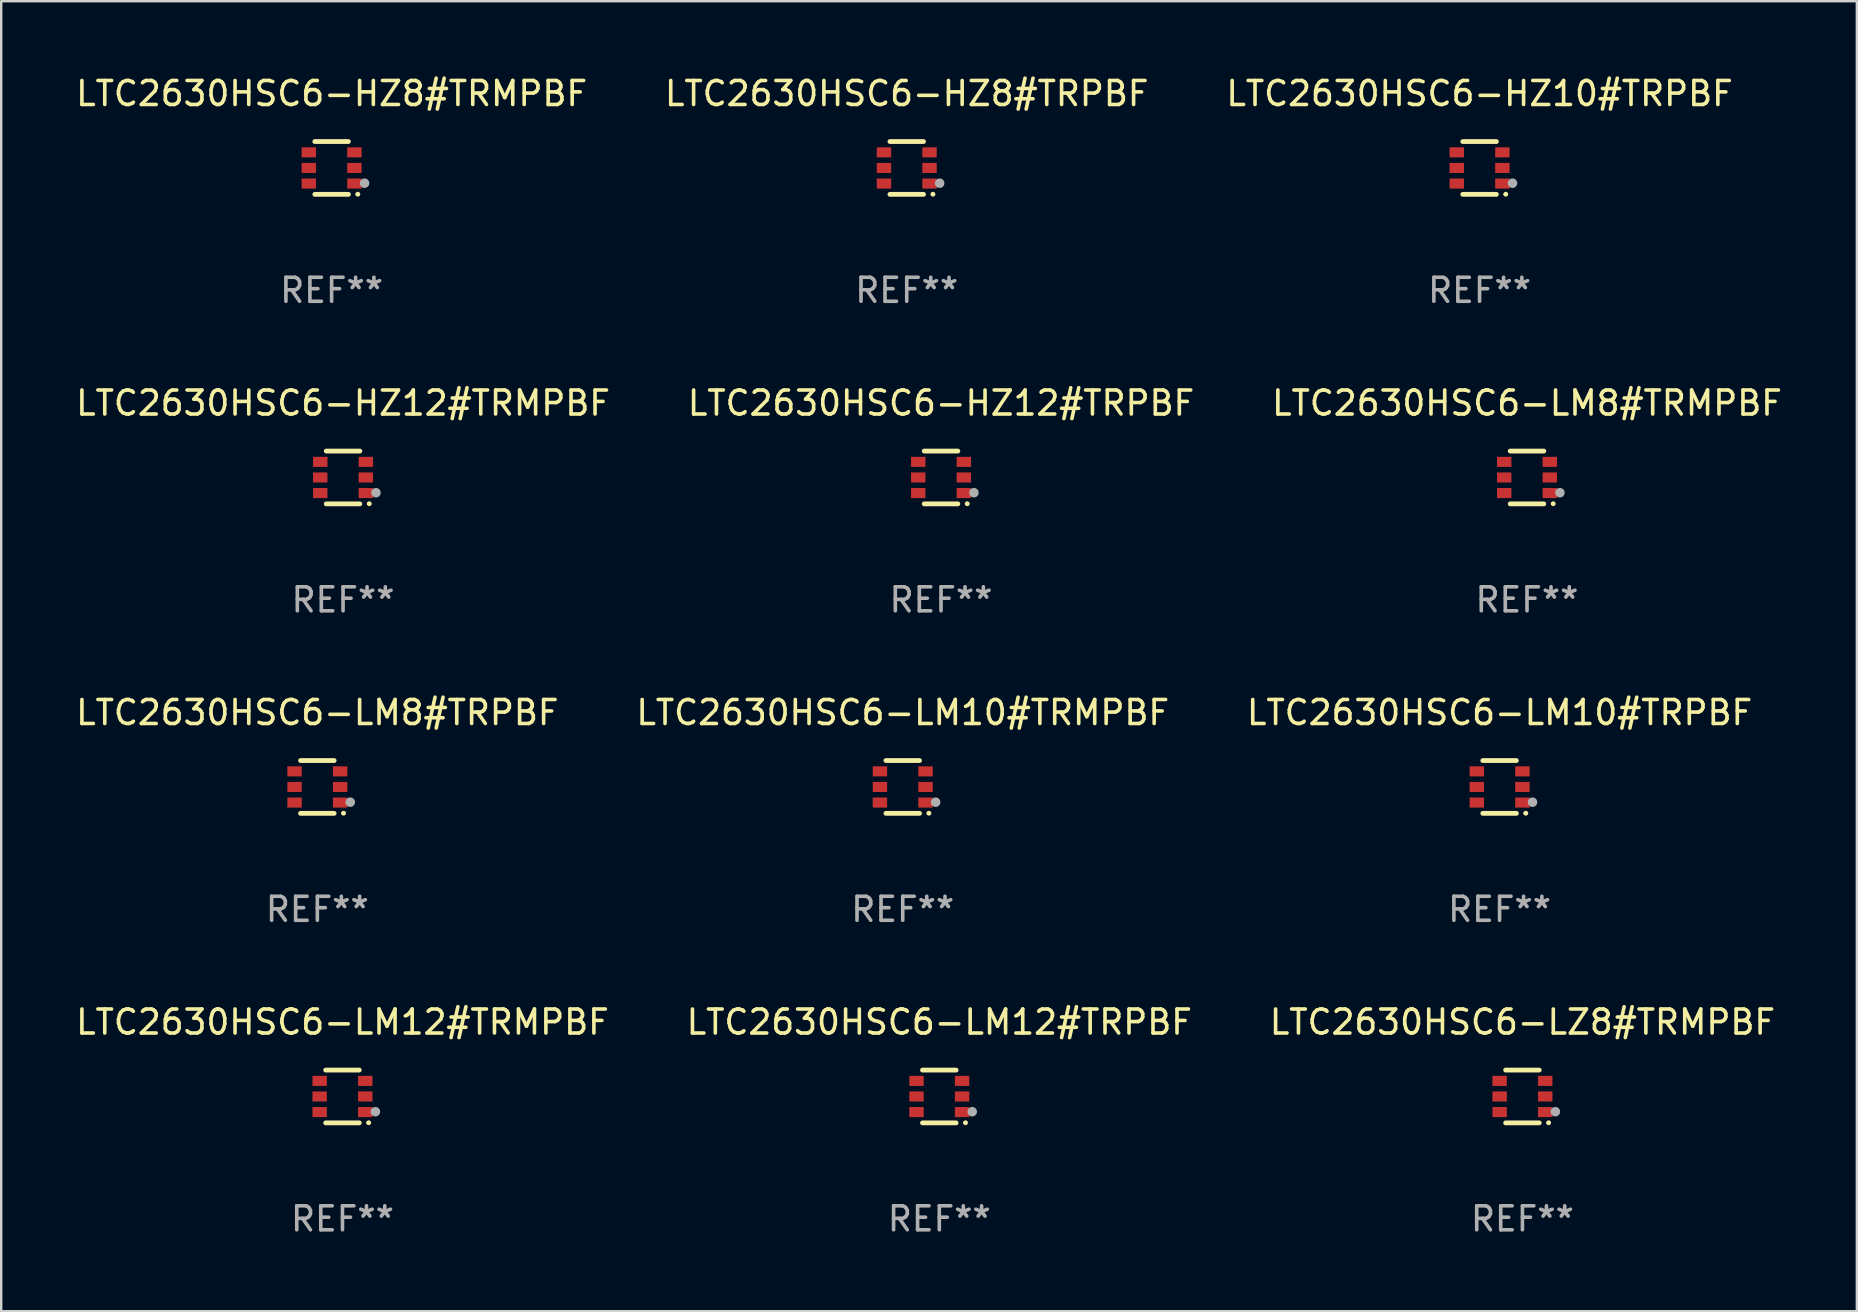
<source format=kicad_pcb>
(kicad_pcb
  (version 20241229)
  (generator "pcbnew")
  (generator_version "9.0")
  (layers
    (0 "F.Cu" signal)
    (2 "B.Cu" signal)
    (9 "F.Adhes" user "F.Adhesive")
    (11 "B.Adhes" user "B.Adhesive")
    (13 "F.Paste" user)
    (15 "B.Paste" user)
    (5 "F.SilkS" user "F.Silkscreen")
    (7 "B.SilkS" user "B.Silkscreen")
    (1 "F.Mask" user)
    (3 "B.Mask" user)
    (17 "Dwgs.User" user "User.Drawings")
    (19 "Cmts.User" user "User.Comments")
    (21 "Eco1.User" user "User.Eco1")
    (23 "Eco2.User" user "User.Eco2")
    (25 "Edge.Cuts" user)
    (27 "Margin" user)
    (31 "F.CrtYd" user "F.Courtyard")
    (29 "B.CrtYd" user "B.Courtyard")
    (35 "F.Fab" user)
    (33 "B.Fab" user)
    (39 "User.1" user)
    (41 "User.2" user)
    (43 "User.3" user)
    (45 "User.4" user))
  (footprint "LTC2630HSC6-LM10#TRMPBF"
    (layer "F.Cu")
    (at 34.565 29.741)
    (property "Reference" "LTC2630HSC6-LM10#TRMPBF" (at 0 -3.1 0) (layer "F.SilkS") (effects (font (size 1 1) (thickness 0.15))))
    (attr through_hole)
    (fp_line (start -0.7 -1.1) (end 0.7 -1.1) (stroke (width 0.2) (type solid)) (layer "F.SilkS"))
    (fp_line (start -0.7 1.1) (end 0.7 1.1) (stroke (width 0.2) (type solid)) (layer "F.SilkS"))
    (fp_arc (start 1.090932 1.094209) (mid 1.092202 1.094203) (end 1.093472 1.094209) (stroke (width 0.2) (type solid)) (layer "F.SilkS"))
    (fp_circle (center 1.053 1.1) (end 1.083 1.1) (stroke (width 0.06) (type solid)) (fill no) (layer "F.SilkS"))
    (fp_circle (center 1.372 0.635) (end 1.472 0.635) (stroke (width 0.2) (type solid)) (fill no) (layer "F.Fab"))
    (fp_text user "REF**" (at 0 5.1 0) (layer "F.Fab") (effects (font (size 1 1) (thickness 0.15))))
    (pad "1" smd rect (at 0.95 0.65 90) (size 0.42 0.6) (layers "F.Cu" "F.Mask" "F.Paste"))
    (pad "2" smd rect (at 0.95 0 90) (size 0.42 0.6) (layers "F.Cu" "F.Mask" "F.Paste"))
    (pad "3" smd rect (at 0.95 -0.65 90) (size 0.42 0.6) (layers "F.Cu" "F.Mask" "F.Paste"))
    (pad "4" smd rect (at -0.95 -0.65 270) (size 0.42 0.6) (layers "F.Cu" "F.Mask" "F.Paste"))
    (pad "5" smd rect (at -0.95 0 270) (size 0.42 0.6) (layers "F.Cu" "F.Mask" "F.Paste"))
    (pad "6" smd rect (at -0.95 0.65 270) (size 0.42 0.6) (layers "F.Cu" "F.Mask" "F.Paste")))
  (footprint "LTC2630HSC6-LM8#TRMPBF"
    (layer "F.Cu")
    (at 60.577 16.845)
    (property "Reference" "LTC2630HSC6-LM8#TRMPBF" (at 0 -3.1 0) (layer "F.SilkS") (effects (font (size 1 1) (thickness 0.15))))
    (attr through_hole)
    (fp_line (start -0.7 -1.1) (end 0.7 -1.1) (stroke (width 0.2) (type solid)) (layer "F.SilkS"))
    (fp_line (start -0.7 1.1) (end 0.7 1.1) (stroke (width 0.2) (type solid)) (layer "F.SilkS"))
    (fp_arc (start 1.090932 1.094209) (mid 1.092202 1.094203) (end 1.093472 1.094209) (stroke (width 0.2) (type solid)) (layer "F.SilkS"))
    (fp_circle (center 1.053 1.1) (end 1.083 1.1) (stroke (width 0.06) (type solid)) (fill no) (layer "F.SilkS"))
    (fp_circle (center 1.372 0.635) (end 1.472 0.635) (stroke (width 0.2) (type solid)) (fill no) (layer "F.Fab"))
    (fp_text user "REF**" (at 0 5.1 0) (layer "F.Fab") (effects (font (size 1 1) (thickness 0.15))))
    (pad "1" smd rect (at 0.95 0.65 90) (size 0.42 0.6) (layers "F.Cu" "F.Mask" "F.Paste"))
    (pad "2" smd rect (at 0.95 0 90) (size 0.42 0.6) (layers "F.Cu" "F.Mask" "F.Paste"))
    (pad "3" smd rect (at 0.95 -0.65 90) (size 0.42 0.6) (layers "F.Cu" "F.Mask" "F.Paste"))
    (pad "4" smd rect (at -0.95 -0.65 270) (size 0.42 0.6) (layers "F.Cu" "F.Mask" "F.Paste"))
    (pad "5" smd rect (at -0.95 0 270) (size 0.42 0.6) (layers "F.Cu" "F.Mask" "F.Paste"))
    (pad "6" smd rect (at -0.95 0.65 270) (size 0.42 0.6) (layers "F.Cu" "F.Mask" "F.Paste")))
  (footprint "LTC2630HSC6-LM12#TRMPBF"
    (layer "F.Cu")
    (at 11.22 42.638)
    (property "Reference" "LTC2630HSC6-LM12#TRMPBF" (at 0 -3.1 0) (layer "F.SilkS") (effects (font (size 1 1) (thickness 0.15))))
    (attr through_hole)
    (fp_line (start -0.7 -1.1) (end 0.7 -1.1) (stroke (width 0.2) (type solid)) (layer "F.SilkS"))
    (fp_line (start -0.7 1.1) (end 0.7 1.1) (stroke (width 0.2) (type solid)) (layer "F.SilkS"))
    (fp_arc (start 1.090932 1.094209) (mid 1.092202 1.094203) (end 1.093472 1.094209) (stroke (width 0.2) (type solid)) (layer "F.SilkS"))
    (fp_circle (center 1.053 1.1) (end 1.083 1.1) (stroke (width 0.06) (type solid)) (fill no) (layer "F.SilkS"))
    (fp_circle (center 1.372 0.635) (end 1.472 0.635) (stroke (width 0.2) (type solid)) (fill no) (layer "F.Fab"))
    (fp_text user "REF**" (at 0 5.1 0) (layer "F.Fab") (effects (font (size 1 1) (thickness 0.15))))
    (pad "1" smd rect (at 0.95 0.65 90) (size 0.42 0.6) (layers "F.Cu" "F.Mask" "F.Paste"))
    (pad "2" smd rect (at 0.95 0 90) (size 0.42 0.6) (layers "F.Cu" "F.Mask" "F.Paste"))
    (pad "3" smd rect (at 0.95 -0.65 90) (size 0.42 0.6) (layers "F.Cu" "F.Mask" "F.Paste"))
    (pad "4" smd rect (at -0.95 -0.65 270) (size 0.42 0.6) (layers "F.Cu" "F.Mask" "F.Paste"))
    (pad "5" smd rect (at -0.95 0 270) (size 0.42 0.6) (layers "F.Cu" "F.Mask" "F.Paste"))
    (pad "6" smd rect (at -0.95 0.65 270) (size 0.42 0.6) (layers "F.Cu" "F.Mask" "F.Paste")))
  (footprint "LTC2630HSC6-HZ8#TRPBF"
    (layer "F.Cu")
    (at 34.732 3.948)
    (property "Reference" "LTC2630HSC6-HZ8#TRPBF" (at 0 -3.1 0) (layer "F.SilkS") (effects (font (size 1 1) (thickness 0.15))))
    (attr through_hole)
    (fp_line (start -0.7 -1.1) (end 0.7 -1.1) (stroke (width 0.2) (type solid)) (layer "F.SilkS"))
    (fp_line (start -0.7 1.1) (end 0.7 1.1) (stroke (width 0.2) (type solid)) (layer "F.SilkS"))
    (fp_arc (start 1.090932 1.094209) (mid 1.092202 1.094203) (end 1.093472 1.094209) (stroke (width 0.2) (type solid)) (layer "F.SilkS"))
    (fp_circle (center 1.053 1.1) (end 1.083 1.1) (stroke (width 0.06) (type solid)) (fill no) (layer "F.SilkS"))
    (fp_circle (center 1.372 0.635) (end 1.472 0.635) (stroke (width 0.2) (type solid)) (fill no) (layer "F.Fab"))
    (fp_text user "REF**" (at 0 5.1 0) (layer "F.Fab") (effects (font (size 1 1) (thickness 0.15))))
    (pad "1" smd rect (at 0.95 0.65 90) (size 0.42 0.6) (layers "F.Cu" "F.Mask" "F.Paste"))
    (pad "2" smd rect (at 0.95 0 90) (size 0.42 0.6) (layers "F.Cu" "F.Mask" "F.Paste"))
    (pad "3" smd rect (at 0.95 -0.65 90) (size 0.42 0.6) (layers "F.Cu" "F.Mask" "F.Paste"))
    (pad "4" smd rect (at -0.95 -0.65 270) (size 0.42 0.6) (layers "F.Cu" "F.Mask" "F.Paste"))
    (pad "5" smd rect (at -0.95 0 270) (size 0.42 0.6) (layers "F.Cu" "F.Mask" "F.Paste"))
    (pad "6" smd rect (at -0.95 0.65 270) (size 0.42 0.6) (layers "F.Cu" "F.Mask" "F.Paste")))
  (footprint "LTC2630HSC6-HZ12#TRPBF"
    (layer "F.Cu")
    (at 36.161 16.845)
    (property "Reference" "LTC2630HSC6-HZ12#TRPBF" (at 0 -3.1 0) (layer "F.SilkS") (effects (font (size 1 1) (thickness 0.15))))
    (attr through_hole)
    (fp_line (start -0.7 -1.1) (end 0.7 -1.1) (stroke (width 0.2) (type solid)) (layer "F.SilkS"))
    (fp_line (start -0.7 1.1) (end 0.7 1.1) (stroke (width 0.2) (type solid)) (layer "F.SilkS"))
    (fp_arc (start 1.090932 1.094209) (mid 1.092202 1.094203) (end 1.093472 1.094209) (stroke (width 0.2) (type solid)) (layer "F.SilkS"))
    (fp_circle (center 1.053 1.1) (end 1.083 1.1) (stroke (width 0.06) (type solid)) (fill no) (layer "F.SilkS"))
    (fp_circle (center 1.372 0.635) (end 1.472 0.635) (stroke (width 0.2) (type solid)) (fill no) (layer "F.Fab"))
    (fp_text user "REF**" (at 0 5.1 0) (layer "F.Fab") (effects (font (size 1 1) (thickness 0.15))))
    (pad "1" smd rect (at 0.95 0.65 90) (size 0.42 0.6) (layers "F.Cu" "F.Mask" "F.Paste"))
    (pad "2" smd rect (at 0.95 0 90) (size 0.42 0.6) (layers "F.Cu" "F.Mask" "F.Paste"))
    (pad "3" smd rect (at 0.95 -0.65 90) (size 0.42 0.6) (layers "F.Cu" "F.Mask" "F.Paste"))
    (pad "4" smd rect (at -0.95 -0.65 270) (size 0.42 0.6) (layers "F.Cu" "F.Mask" "F.Paste"))
    (pad "5" smd rect (at -0.95 0 270) (size 0.42 0.6) (layers "F.Cu" "F.Mask" "F.Paste"))
    (pad "6" smd rect (at -0.95 0.65 270) (size 0.42 0.6) (layers "F.Cu" "F.Mask" "F.Paste")))
  (footprint "LTC2630HSC6-HZ12#TRMPBF"
    (layer "F.Cu")
    (at 11.244 16.845)
    (property "Reference" "LTC2630HSC6-HZ12#TRMPBF" (at 0 -3.1 0) (layer "F.SilkS") (effects (font (size 1 1) (thickness 0.15))))
    (attr through_hole)
    (fp_line (start -0.7 -1.1) (end 0.7 -1.1) (stroke (width 0.2) (type solid)) (layer "F.SilkS"))
    (fp_line (start -0.7 1.1) (end 0.7 1.1) (stroke (width 0.2) (type solid)) (layer "F.SilkS"))
    (fp_arc (start 1.090932 1.094209) (mid 1.092202 1.094203) (end 1.093472 1.094209) (stroke (width 0.2) (type solid)) (layer "F.SilkS"))
    (fp_circle (center 1.053 1.1) (end 1.083 1.1) (stroke (width 0.06) (type solid)) (fill no) (layer "F.SilkS"))
    (fp_circle (center 1.372 0.635) (end 1.472 0.635) (stroke (width 0.2) (type solid)) (fill no) (layer "F.Fab"))
    (fp_text user "REF**" (at 0 5.1 0) (layer "F.Fab") (effects (font (size 1 1) (thickness 0.15))))
    (pad "1" smd rect (at 0.95 0.65 90) (size 0.42 0.6) (layers "F.Cu" "F.Mask" "F.Paste"))
    (pad "2" smd rect (at 0.95 0 90) (size 0.42 0.6) (layers "F.Cu" "F.Mask" "F.Paste"))
    (pad "3" smd rect (at 0.95 -0.65 90) (size 0.42 0.6) (layers "F.Cu" "F.Mask" "F.Paste"))
    (pad "4" smd rect (at -0.95 -0.65 270) (size 0.42 0.6) (layers "F.Cu" "F.Mask" "F.Paste"))
    (pad "5" smd rect (at -0.95 0 270) (size 0.42 0.6) (layers "F.Cu" "F.Mask" "F.Paste"))
    (pad "6" smd rect (at -0.95 0.65 270) (size 0.42 0.6) (layers "F.Cu" "F.Mask" "F.Paste")))
  (footprint "LTC2630HSC6-HZ10#TRPBF"
    (layer "F.Cu")
    (at 58.601 3.948)
    (property "Reference" "LTC2630HSC6-HZ10#TRPBF" (at 0 -3.1 0) (layer "F.SilkS") (effects (font (size 1 1) (thickness 0.15))))
    (attr through_hole)
    (fp_line (start -0.7 -1.1) (end 0.7 -1.1) (stroke (width 0.2) (type solid)) (layer "F.SilkS"))
    (fp_line (start -0.7 1.1) (end 0.7 1.1) (stroke (width 0.2) (type solid)) (layer "F.SilkS"))
    (fp_arc (start 1.090932 1.094209) (mid 1.092202 1.094203) (end 1.093472 1.094209) (stroke (width 0.2) (type solid)) (layer "F.SilkS"))
    (fp_circle (center 1.053 1.1) (end 1.083 1.1) (stroke (width 0.06) (type solid)) (fill no) (layer "F.SilkS"))
    (fp_circle (center 1.372 0.635) (end 1.472 0.635) (stroke (width 0.2) (type solid)) (fill no) (layer "F.Fab"))
    (fp_text user "REF**" (at 0 5.1 0) (layer "F.Fab") (effects (font (size 1 1) (thickness 0.15))))
    (pad "1" smd rect (at 0.95 0.65 90) (size 0.42 0.6) (layers "F.Cu" "F.Mask" "F.Paste"))
    (pad "2" smd rect (at 0.95 0 90) (size 0.42 0.6) (layers "F.Cu" "F.Mask" "F.Paste"))
    (pad "3" smd rect (at 0.95 -0.65 90) (size 0.42 0.6) (layers "F.Cu" "F.Mask" "F.Paste"))
    (pad "4" smd rect (at -0.95 -0.65 270) (size 0.42 0.6) (layers "F.Cu" "F.Mask" "F.Paste"))
    (pad "5" smd rect (at -0.95 0 270) (size 0.42 0.6) (layers "F.Cu" "F.Mask" "F.Paste"))
    (pad "6" smd rect (at -0.95 0.65 270) (size 0.42 0.6) (layers "F.Cu" "F.Mask" "F.Paste")))
  (footprint "LTC2630HSC6-LZ8#TRMPBF"
    (layer "F.Cu")
    (at 60.387 42.638)
    (property "Reference" "LTC2630HSC6-LZ8#TRMPBF" (at 0 -3.1 0) (layer "F.SilkS") (effects (font (size 1 1) (thickness 0.15))))
    (attr through_hole)
    (fp_line (start -0.7 -1.1) (end 0.7 -1.1) (stroke (width 0.2) (type solid)) (layer "F.SilkS"))
    (fp_line (start -0.7 1.1) (end 0.7 1.1) (stroke (width 0.2) (type solid)) (layer "F.SilkS"))
    (fp_arc (start 1.090932 1.094209) (mid 1.092202 1.094203) (end 1.093472 1.094209) (stroke (width 0.2) (type solid)) (layer "F.SilkS"))
    (fp_circle (center 1.053 1.1) (end 1.083 1.1) (stroke (width 0.06) (type solid)) (fill no) (layer "F.SilkS"))
    (fp_circle (center 1.372 0.635) (end 1.472 0.635) (stroke (width 0.2) (type solid)) (fill no) (layer "F.Fab"))
    (fp_text user "REF**" (at 0 5.1 0) (layer "F.Fab") (effects (font (size 1 1) (thickness 0.15))))
    (pad "1" smd rect (at 0.95 0.65 90) (size 0.42 0.6) (layers "F.Cu" "F.Mask" "F.Paste"))
    (pad "2" smd rect (at 0.95 0 90) (size 0.42 0.6) (layers "F.Cu" "F.Mask" "F.Paste"))
    (pad "3" smd rect (at 0.95 -0.65 90) (size 0.42 0.6) (layers "F.Cu" "F.Mask" "F.Paste"))
    (pad "4" smd rect (at -0.95 -0.65 270) (size 0.42 0.6) (layers "F.Cu" "F.Mask" "F.Paste"))
    (pad "5" smd rect (at -0.95 0 270) (size 0.42 0.6) (layers "F.Cu" "F.Mask" "F.Paste"))
    (pad "6" smd rect (at -0.95 0.65 270) (size 0.42 0.6) (layers "F.Cu" "F.Mask" "F.Paste")))
  (footprint "LTC2630HSC6-LM10#TRPBF"
    (layer "F.Cu")
    (at 59.435 29.741)
    (property "Reference" "LTC2630HSC6-LM10#TRPBF" (at 0 -3.1 0) (layer "F.SilkS") (effects (font (size 1 1) (thickness 0.15))))
    (attr through_hole)
    (fp_line (start -0.7 -1.1) (end 0.7 -1.1) (stroke (width 0.2) (type solid)) (layer "F.SilkS"))
    (fp_line (start -0.7 1.1) (end 0.7 1.1) (stroke (width 0.2) (type solid)) (layer "F.SilkS"))
    (fp_arc (start 1.090932 1.094209) (mid 1.092202 1.094203) (end 1.093472 1.094209) (stroke (width 0.2) (type solid)) (layer "F.SilkS"))
    (fp_circle (center 1.053 1.1) (end 1.083 1.1) (stroke (width 0.06) (type solid)) (fill no) (layer "F.SilkS"))
    (fp_circle (center 1.372 0.635) (end 1.472 0.635) (stroke (width 0.2) (type solid)) (fill no) (layer "F.Fab"))
    (fp_text user "REF**" (at 0 5.1 0) (layer "F.Fab") (effects (font (size 1 1) (thickness 0.15))))
    (pad "1" smd rect (at 0.95 0.65 90) (size 0.42 0.6) (layers "F.Cu" "F.Mask" "F.Paste"))
    (pad "2" smd rect (at 0.95 0 90) (size 0.42 0.6) (layers "F.Cu" "F.Mask" "F.Paste"))
    (pad "3" smd rect (at 0.95 -0.65 90) (size 0.42 0.6) (layers "F.Cu" "F.Mask" "F.Paste"))
    (pad "4" smd rect (at -0.95 -0.65 270) (size 0.42 0.6) (layers "F.Cu" "F.Mask" "F.Paste"))
    (pad "5" smd rect (at -0.95 0 270) (size 0.42 0.6) (layers "F.Cu" "F.Mask" "F.Paste"))
    (pad "6" smd rect (at -0.95 0.65 270) (size 0.42 0.6) (layers "F.Cu" "F.Mask" "F.Paste")))
  (footprint "LTC2630HSC6-HZ8#TRMPBF"
    (layer "F.Cu")
    (at 10.768 3.948)
    (property "Reference" "LTC2630HSC6-HZ8#TRMPBF" (at 0 -3.1 0) (layer "F.SilkS") (effects (font (size 1 1) (thickness 0.15))))
    (attr through_hole)
    (fp_line (start -0.7 -1.1) (end 0.7 -1.1) (stroke (width 0.2) (type solid)) (layer "F.SilkS"))
    (fp_line (start -0.7 1.1) (end 0.7 1.1) (stroke (width 0.2) (type solid)) (layer "F.SilkS"))
    (fp_arc (start 1.090932 1.094209) (mid 1.092202 1.094203) (end 1.093472 1.094209) (stroke (width 0.2) (type solid)) (layer "F.SilkS"))
    (fp_circle (center 1.053 1.1) (end 1.083 1.1) (stroke (width 0.06) (type solid)) (fill no) (layer "F.SilkS"))
    (fp_circle (center 1.372 0.635) (end 1.472 0.635) (stroke (width 0.2) (type solid)) (fill no) (layer "F.Fab"))
    (fp_text user "REF**" (at 0 5.1 0) (layer "F.Fab") (effects (font (size 1 1) (thickness 0.15))))
    (pad "1" smd rect (at 0.95 0.65 90) (size 0.42 0.6) (layers "F.Cu" "F.Mask" "F.Paste"))
    (pad "2" smd rect (at 0.95 0 90) (size 0.42 0.6) (layers "F.Cu" "F.Mask" "F.Paste"))
    (pad "3" smd rect (at 0.95 -0.65 90) (size 0.42 0.6) (layers "F.Cu" "F.Mask" "F.Paste"))
    (pad "4" smd rect (at -0.95 -0.65 270) (size 0.42 0.6) (layers "F.Cu" "F.Mask" "F.Paste"))
    (pad "5" smd rect (at -0.95 0 270) (size 0.42 0.6) (layers "F.Cu" "F.Mask" "F.Paste"))
    (pad "6" smd rect (at -0.95 0.65 270) (size 0.42 0.6) (layers "F.Cu" "F.Mask" "F.Paste")))
  (footprint "LTC2630HSC6-LM8#TRPBF"
    (layer "F.Cu")
    (at 10.173 29.741)
    (property "Reference" "LTC2630HSC6-LM8#TRPBF" (at 0 -3.1 0) (layer "F.SilkS") (effects (font (size 1 1) (thickness 0.15))))
    (attr through_hole)
    (fp_line (start -0.7 -1.1) (end 0.7 -1.1) (stroke (width 0.2) (type solid)) (layer "F.SilkS"))
    (fp_line (start -0.7 1.1) (end 0.7 1.1) (stroke (width 0.2) (type solid)) (layer "F.SilkS"))
    (fp_arc (start 1.090932 1.094209) (mid 1.092202 1.094203) (end 1.093472 1.094209) (stroke (width 0.2) (type solid)) (layer "F.SilkS"))
    (fp_circle (center 1.053 1.1) (end 1.083 1.1) (stroke (width 0.06) (type solid)) (fill no) (layer "F.SilkS"))
    (fp_circle (center 1.372 0.635) (end 1.472 0.635) (stroke (width 0.2) (type solid)) (fill no) (layer "F.Fab"))
    (fp_text user "REF**" (at 0 5.1 0) (layer "F.Fab") (effects (font (size 1 1) (thickness 0.15))))
    (pad "1" smd rect (at 0.95 0.65 90) (size 0.42 0.6) (layers "F.Cu" "F.Mask" "F.Paste"))
    (pad "2" smd rect (at 0.95 0 90) (size 0.42 0.6) (layers "F.Cu" "F.Mask" "F.Paste"))
    (pad "3" smd rect (at 0.95 -0.65 90) (size 0.42 0.6) (layers "F.Cu" "F.Mask" "F.Paste"))
    (pad "4" smd rect (at -0.95 -0.65 270) (size 0.42 0.6) (layers "F.Cu" "F.Mask" "F.Paste"))
    (pad "5" smd rect (at -0.95 0 270) (size 0.42 0.6) (layers "F.Cu" "F.Mask" "F.Paste"))
    (pad "6" smd rect (at -0.95 0.65 270) (size 0.42 0.6) (layers "F.Cu" "F.Mask" "F.Paste")))
  (footprint "LTC2630HSC6-LM12#TRPBF"
    (layer "F.Cu")
    (at 36.089 42.638)
    (property "Reference" "LTC2630HSC6-LM12#TRPBF" (at 0 -3.1 0) (layer "F.SilkS") (effects (font (size 1 1) (thickness 0.15))))
    (attr through_hole)
    (fp_line (start -0.7 -1.1) (end 0.7 -1.1) (stroke (width 0.2) (type solid)) (layer "F.SilkS"))
    (fp_line (start -0.7 1.1) (end 0.7 1.1) (stroke (width 0.2) (type solid)) (layer "F.SilkS"))
    (fp_arc (start 1.090932 1.094209) (mid 1.092202 1.094203) (end 1.093472 1.094209) (stroke (width 0.2) (type solid)) (layer "F.SilkS"))
    (fp_circle (center 1.053 1.1) (end 1.083 1.1) (stroke (width 0.06) (type solid)) (fill no) (layer "F.SilkS"))
    (fp_circle (center 1.372 0.635) (end 1.472 0.635) (stroke (width 0.2) (type solid)) (fill no) (layer "F.Fab"))
    (fp_text user "REF**" (at 0 5.1 0) (layer "F.Fab") (effects (font (size 1 1) (thickness 0.15))))
    (pad "1" smd rect (at 0.95 0.65 90) (size 0.42 0.6) (layers "F.Cu" "F.Mask" "F.Paste"))
    (pad "2" smd rect (at 0.95 0 90) (size 0.42 0.6) (layers "F.Cu" "F.Mask" "F.Paste"))
    (pad "3" smd rect (at 0.95 -0.65 90) (size 0.42 0.6) (layers "F.Cu" "F.Mask" "F.Paste"))
    (pad "4" smd rect (at -0.95 -0.65 270) (size 0.42 0.6) (layers "F.Cu" "F.Mask" "F.Paste"))
    (pad "5" smd rect (at -0.95 0 270) (size 0.42 0.6) (layers "F.Cu" "F.Mask" "F.Paste"))
    (pad "6" smd rect (at -0.95 0.65 270) (size 0.42 0.6) (layers "F.Cu" "F.Mask" "F.Paste")))
  (gr_rect
    (start -3 -3)
    (end 74.321 51.586)
    (stroke (width 0.1) (type default))
    (fill no)
    (layer "Edge.Cuts")))
</source>
